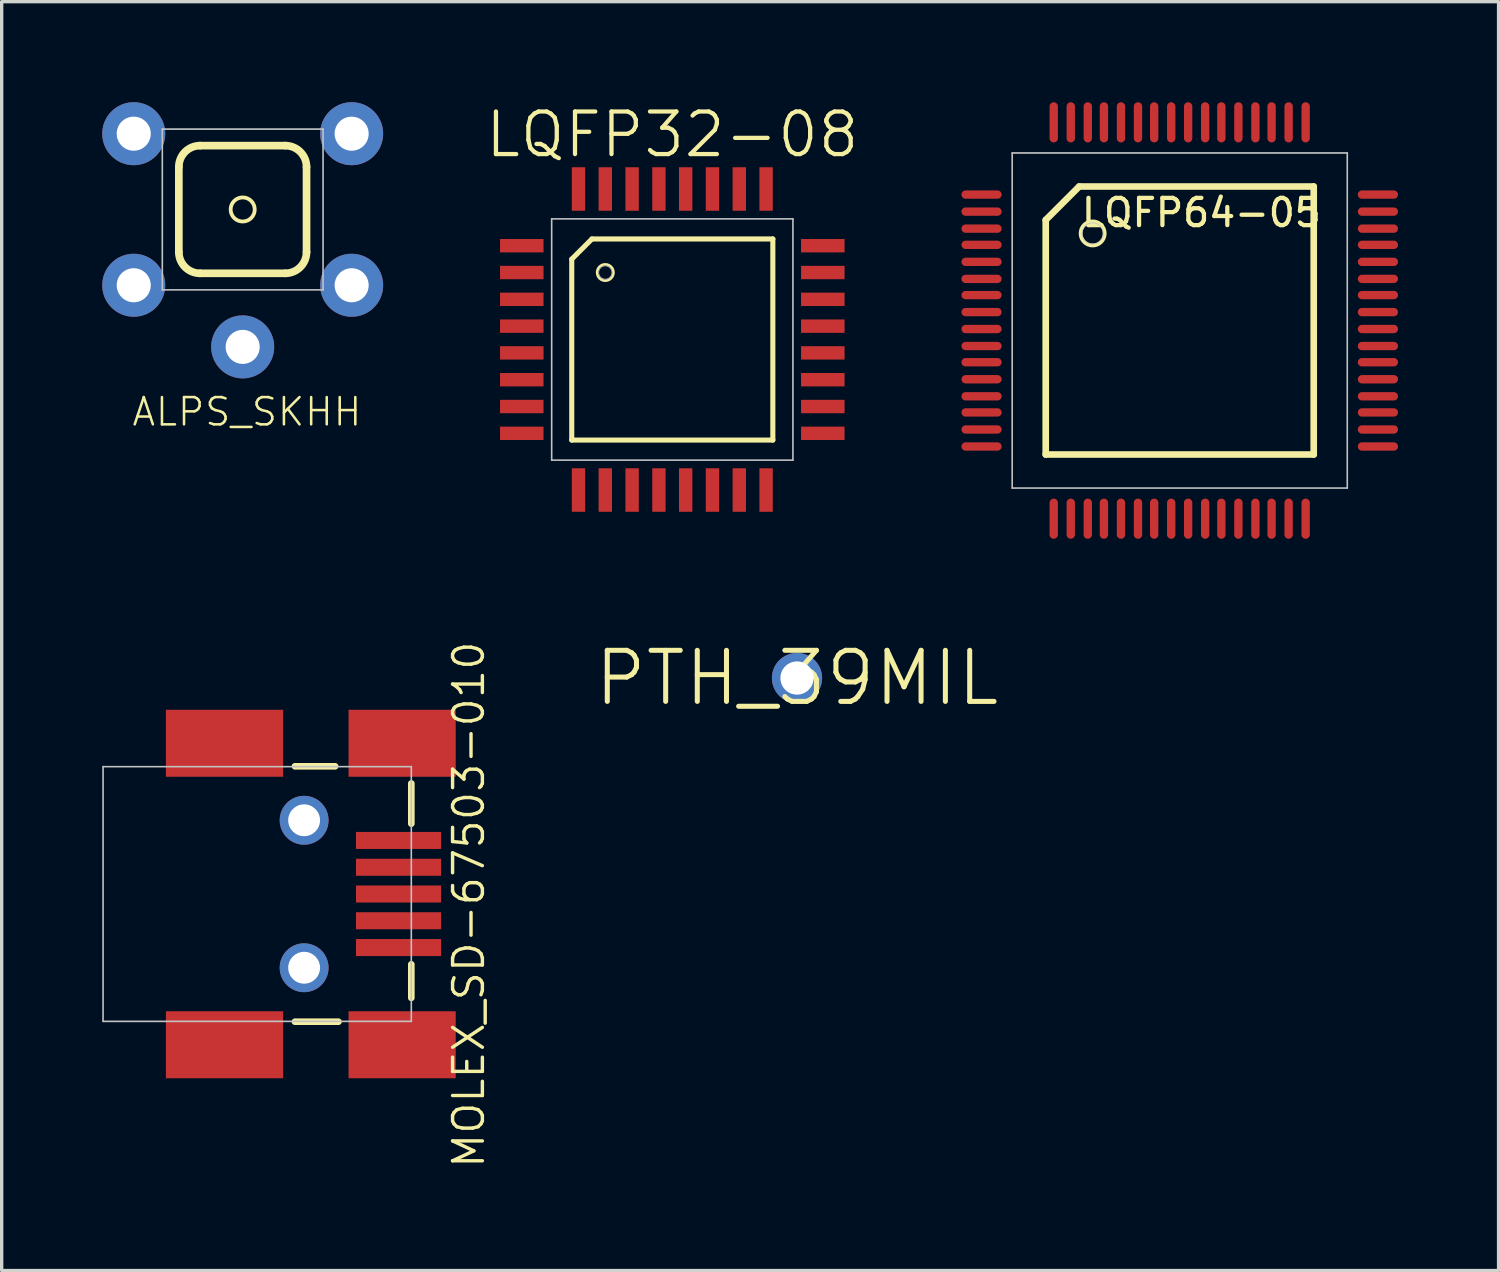
<source format=kicad_pcb>
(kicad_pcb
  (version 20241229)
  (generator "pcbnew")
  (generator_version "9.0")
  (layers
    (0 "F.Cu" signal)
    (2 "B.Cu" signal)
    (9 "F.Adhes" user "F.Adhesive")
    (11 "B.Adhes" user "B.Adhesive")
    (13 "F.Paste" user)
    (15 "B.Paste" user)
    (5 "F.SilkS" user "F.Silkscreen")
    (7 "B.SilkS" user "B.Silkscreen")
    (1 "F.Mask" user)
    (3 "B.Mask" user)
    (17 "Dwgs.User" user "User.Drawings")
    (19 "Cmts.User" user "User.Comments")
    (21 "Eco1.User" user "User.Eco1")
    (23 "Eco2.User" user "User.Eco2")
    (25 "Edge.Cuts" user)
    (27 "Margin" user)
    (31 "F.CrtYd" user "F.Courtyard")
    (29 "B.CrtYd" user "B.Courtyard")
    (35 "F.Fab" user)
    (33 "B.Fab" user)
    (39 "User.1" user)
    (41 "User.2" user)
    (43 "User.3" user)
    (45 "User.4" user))
  (footprint "LQFP32-08"
    (layer "F.Cu")
    (at 17.009 7.08)
    (property "Reference" "LQFP32-08" (at 0 -6.114 0) (layer "F.SilkS") (effects (font (size 1.27 1.27) (thickness 0.127))))
    (attr smd)
    (fp_line (start -3 3) (end -3 -2.398) (stroke (width 0.152) (type solid)) (layer "F.SilkS"))
    (fp_line (start -2.398 -3) (end -3 -2.398) (stroke (width 0.152) (type solid)) (layer "F.SilkS"))
    (fp_line (start -2.398 -3) (end 3 -3) (stroke (width 0.152) (type solid)) (layer "F.SilkS"))
    (fp_line (start 3 -3) (end 3 3) (stroke (width 0.152) (type solid)) (layer "F.SilkS"))
    (fp_line (start 3 3) (end -3 3) (stroke (width 0.152) (type solid)) (layer "F.SilkS"))
    (fp_circle (center -1.999 -1.999) (end -2.172 -2.172) (stroke (width 0.076) (type solid)) (fill no) (layer "F.SilkS"))
    (fp_line (start -3.599 -3.599) (end -3.599 3.599) (stroke (width 0.048) (type solid)) (layer "Dwgs.User"))
    (fp_line (start -3.599 3.599) (end 3.599 3.599) (stroke (width 0.048) (type solid)) (layer "Dwgs.User"))
    (fp_line (start 3.599 -3.599) (end -3.599 -3.599) (stroke (width 0.048) (type solid)) (layer "Dwgs.User"))
    (fp_line (start 3.599 3.599) (end 3.599 -3.599) (stroke (width 0.048) (type solid)) (layer "Dwgs.User"))
    (fp_circle (center -1.999 -1.999) (end -2.139 -2.139) (stroke (width 0.023) (type solid)) (fill no) (layer "Dwgs.User"))
    (pad "1" smd rect (at -4.491 -2.799 90) (size 0.399 1.298) (layers "F.Cu" "F.Mask" "F.Paste"))
    (pad "2" smd rect (at -4.491 -1.999 90) (size 0.399 1.298) (layers "F.Cu" "F.Mask" "F.Paste"))
    (pad "3" smd rect (at -4.491 -1.199 90) (size 0.399 1.298) (layers "F.Cu" "F.Mask" "F.Paste"))
    (pad "4" smd rect (at -4.491 -0.399 90) (size 0.399 1.298) (layers "F.Cu" "F.Mask" "F.Paste"))
    (pad "5" smd rect (at -4.491 0.399 90) (size 0.399 1.298) (layers "F.Cu" "F.Mask" "F.Paste"))
    (pad "6" smd rect (at -4.491 1.199 90) (size 0.399 1.298) (layers "F.Cu" "F.Mask" "F.Paste"))
    (pad "7" smd rect (at -4.491 1.999 90) (size 0.399 1.298) (layers "F.Cu" "F.Mask" "F.Paste"))
    (pad "8" smd rect (at -4.491 2.799 90) (size 0.399 1.298) (layers "F.Cu" "F.Mask" "F.Paste"))
    (pad "9" smd rect (at -2.799 4.491) (size 0.399 1.298) (layers "F.Cu" "F.Mask" "F.Paste"))
    (pad "10" smd rect (at -1.999 4.491) (size 0.399 1.298) (layers "F.Cu" "F.Mask" "F.Paste"))
    (pad "11" smd rect (at -1.199 4.491) (size 0.399 1.298) (layers "F.Cu" "F.Mask" "F.Paste"))
    (pad "12" smd rect (at -0.399 4.491) (size 0.399 1.298) (layers "F.Cu" "F.Mask" "F.Paste"))
    (pad "13" smd rect (at 0.399 4.491) (size 0.399 1.298) (layers "F.Cu" "F.Mask" "F.Paste"))
    (pad "14" smd rect (at 1.199 4.491) (size 0.399 1.298) (layers "F.Cu" "F.Mask" "F.Paste"))
    (pad "15" smd rect (at 1.999 4.491) (size 0.399 1.298) (layers "F.Cu" "F.Mask" "F.Paste"))
    (pad "16" smd rect (at 2.799 4.491) (size 0.399 1.298) (layers "F.Cu" "F.Mask" "F.Paste"))
    (pad "17" smd rect (at 4.491 2.799 90) (size 0.399 1.298) (layers "F.Cu" "F.Mask" "F.Paste"))
    (pad "18" smd rect (at 4.491 1.999 90) (size 0.399 1.298) (layers "F.Cu" "F.Mask" "F.Paste"))
    (pad "19" smd rect (at 4.491 1.199 90) (size 0.399 1.298) (layers "F.Cu" "F.Mask" "F.Paste"))
    (pad "20" smd rect (at 4.491 0.399 90) (size 0.399 1.298) (layers "F.Cu" "F.Mask" "F.Paste"))
    (pad "21" smd rect (at 4.491 -0.399 90) (size 0.399 1.298) (layers "F.Cu" "F.Mask" "F.Paste"))
    (pad "22" smd rect (at 4.491 -1.199 90) (size 0.399 1.298) (layers "F.Cu" "F.Mask" "F.Paste"))
    (pad "23" smd rect (at 4.491 -1.999 90) (size 0.399 1.298) (layers "F.Cu" "F.Mask" "F.Paste"))
    (pad "24" smd rect (at 4.491 -2.799 90) (size 0.399 1.298) (layers "F.Cu" "F.Mask" "F.Paste"))
    (pad "25" smd rect (at 2.799 -4.491) (size 0.399 1.298) (layers "F.Cu" "F.Mask" "F.Paste"))
    (pad "26" smd rect (at 1.999 -4.491) (size 0.399 1.298) (layers "F.Cu" "F.Mask" "F.Paste"))
    (pad "27" smd rect (at 1.199 -4.491) (size 0.399 1.298) (layers "F.Cu" "F.Mask" "F.Paste"))
    (pad "28" smd rect (at 0.399 -4.491) (size 0.399 1.298) (layers "F.Cu" "F.Mask" "F.Paste"))
    (pad "29" smd rect (at -0.399 -4.491) (size 0.399 1.298) (layers "F.Cu" "F.Mask" "F.Paste"))
    (pad "30" smd rect (at -1.199 -4.491) (size 0.399 1.298) (layers "F.Cu" "F.Mask" "F.Paste"))
    (pad "31" smd rect (at -1.999 -4.491) (size 0.399 1.298) (layers "F.Cu" "F.Mask" "F.Paste"))
    (pad "32" smd rect (at -2.799 -4.491) (size 0.399 1.298) (layers "F.Cu" "F.Mask" "F.Paste")))
  (footprint "LQFP64-05"
    (layer "F.Cu")
    (at 32.149 6.513)
    (property "Reference" "LQFP64-05" (at 0.645 -3.216 0) (layer "F.SilkS") (effects (font (size 0.813 0.813) (thickness 0.127))))
    (attr smd)
    (fp_line (start -3.998 -3) (end -3.998 3.998) (stroke (width 0.198) (type solid)) (layer "F.SilkS"))
    (fp_line (start -3.998 3.998) (end 3.998 3.998) (stroke (width 0.198) (type solid)) (layer "F.SilkS"))
    (fp_line (start -3 -3.998) (end -3.998 -3) (stroke (width 0.198) (type solid)) (layer "F.SilkS"))
    (fp_line (start 3.998 -3.998) (end -3 -3.998) (stroke (width 0.198) (type solid)) (layer "F.SilkS"))
    (fp_line (start 3.998 3.998) (end 3.998 -3.998) (stroke (width 0.198) (type solid)) (layer "F.SilkS"))
    (fp_circle (center -2.598 -2.598) (end -2.852 -2.852) (stroke (width 0.114) (type solid)) (fill no) (layer "F.SilkS"))
    (fp_line (start -4.999 -4.999) (end 4.999 -4.999) (stroke (width 0.048) (type solid)) (layer "Dwgs.User"))
    (fp_line (start -4.999 4.999) (end -4.999 -4.999) (stroke (width 0.048) (type solid)) (layer "Dwgs.User"))
    (fp_line (start 4.999 -4.999) (end 4.999 4.999) (stroke (width 0.048) (type solid)) (layer "Dwgs.User"))
    (fp_line (start 4.999 4.999) (end -4.999 4.999) (stroke (width 0.048) (type solid)) (layer "Dwgs.User"))
    (fp_circle (center -2.598 -2.598) (end -2.822 -2.822) (stroke (width 0.023) (type solid)) (fill no) (layer "Dwgs.User"))
    (pad "1" smd oval (at -5.913 -3.757 270) (size 0.249 1.199) (layers "F.Cu" "F.Mask" "F.Paste"))
    (pad "2" smd oval (at -5.913 -3.249 270) (size 0.249 1.199) (layers "F.Cu" "F.Mask" "F.Paste"))
    (pad "3" smd oval (at -5.913 -2.741 270) (size 0.249 1.199) (layers "F.Cu" "F.Mask" "F.Paste"))
    (pad "4" smd oval (at -5.913 -2.258 270) (size 0.249 1.199) (layers "F.Cu" "F.Mask" "F.Paste"))
    (pad "5" smd oval (at -5.913 -1.75 270) (size 0.249 1.199) (layers "F.Cu" "F.Mask" "F.Paste"))
    (pad "6" smd oval (at -5.913 -1.242 270) (size 0.249 1.199) (layers "F.Cu" "F.Mask" "F.Paste"))
    (pad "7" smd oval (at -5.913 -0.759 270) (size 0.249 1.199) (layers "F.Cu" "F.Mask" "F.Paste"))
    (pad "8" smd oval (at -5.913 -0.251 270) (size 0.249 1.199) (layers "F.Cu" "F.Mask" "F.Paste"))
    (pad "9" smd oval (at -5.913 0.254 270) (size 0.249 1.199) (layers "F.Cu" "F.Mask" "F.Paste"))
    (pad "10" smd oval (at -5.913 0.762 270) (size 0.249 1.199) (layers "F.Cu" "F.Mask" "F.Paste"))
    (pad "11" smd oval (at -5.913 1.245 270) (size 0.249 1.199) (layers "F.Cu" "F.Mask" "F.Paste"))
    (pad "12" smd oval (at -5.913 1.753 270) (size 0.249 1.199) (layers "F.Cu" "F.Mask" "F.Paste"))
    (pad "13" smd oval (at -5.913 2.261 270) (size 0.249 1.199) (layers "F.Cu" "F.Mask" "F.Paste"))
    (pad "14" smd oval (at -5.913 2.743 270) (size 0.249 1.199) (layers "F.Cu" "F.Mask" "F.Paste"))
    (pad "15" smd oval (at -5.913 3.251 270) (size 0.249 1.199) (layers "F.Cu" "F.Mask" "F.Paste"))
    (pad "16" smd oval (at -5.913 3.759 270) (size 0.249 1.199) (layers "F.Cu" "F.Mask" "F.Paste"))
    (pad "17" smd oval (at -3.759 5.913 180) (size 0.249 1.199) (layers "F.Cu" "F.Mask" "F.Paste"))
    (pad "18" smd oval (at -3.251 5.913 180) (size 0.249 1.199) (layers "F.Cu" "F.Mask" "F.Paste"))
    (pad "19" smd oval (at -2.743 5.913 180) (size 0.249 1.199) (layers "F.Cu" "F.Mask" "F.Paste"))
    (pad "20" smd oval (at -2.261 5.913 180) (size 0.249 1.199) (layers "F.Cu" "F.Mask" "F.Paste"))
    (pad "21" smd oval (at -1.753 5.913 180) (size 0.249 1.199) (layers "F.Cu" "F.Mask" "F.Paste"))
    (pad "22" smd oval (at -1.245 5.913 180) (size 0.249 1.199) (layers "F.Cu" "F.Mask" "F.Paste"))
    (pad "23" smd oval (at -0.762 5.913 180) (size 0.249 1.199) (layers "F.Cu" "F.Mask" "F.Paste"))
    (pad "24" smd oval (at -0.254 5.913 180) (size 0.249 1.199) (layers "F.Cu" "F.Mask" "F.Paste"))
    (pad "25" smd oval (at 0.251 5.913 180) (size 0.249 1.199) (layers "F.Cu" "F.Mask" "F.Paste"))
    (pad "26" smd oval (at 0.759 5.913 180) (size 0.249 1.199) (layers "F.Cu" "F.Mask" "F.Paste"))
    (pad "27" smd oval (at 1.242 5.913 180) (size 0.249 1.199) (layers "F.Cu" "F.Mask" "F.Paste"))
    (pad "28" smd oval (at 1.75 5.913 180) (size 0.249 1.199) (layers "F.Cu" "F.Mask" "F.Paste"))
    (pad "29" smd oval (at 2.258 5.913 180) (size 0.249 1.199) (layers "F.Cu" "F.Mask" "F.Paste"))
    (pad "30" smd oval (at 2.741 5.913 180) (size 0.249 1.199) (layers "F.Cu" "F.Mask" "F.Paste"))
    (pad "31" smd oval (at 3.249 5.913 180) (size 0.249 1.199) (layers "F.Cu" "F.Mask" "F.Paste"))
    (pad "32" smd oval (at 3.757 5.913 180) (size 0.249 1.199) (layers "F.Cu" "F.Mask" "F.Paste"))
    (pad "33" smd oval (at 5.913 3.759 270) (size 0.249 1.199) (layers "F.Cu" "F.Mask" "F.Paste"))
    (pad "34" smd oval (at 5.913 3.251 270) (size 0.249 1.199) (layers "F.Cu" "F.Mask" "F.Paste"))
    (pad "35" smd oval (at 5.913 2.743 270) (size 0.249 1.199) (layers "F.Cu" "F.Mask" "F.Paste"))
    (pad "36" smd oval (at 5.913 2.261 270) (size 0.249 1.199) (layers "F.Cu" "F.Mask" "F.Paste"))
    (pad "37" smd oval (at 5.913 1.753 270) (size 0.249 1.199) (layers "F.Cu" "F.Mask" "F.Paste"))
    (pad "38" smd oval (at 5.913 1.245 270) (size 0.249 1.199) (layers "F.Cu" "F.Mask" "F.Paste"))
    (pad "39" smd oval (at 5.913 0.762 270) (size 0.249 1.199) (layers "F.Cu" "F.Mask" "F.Paste"))
    (pad "40" smd oval (at 5.913 0.254 270) (size 0.249 1.199) (layers "F.Cu" "F.Mask" "F.Paste"))
    (pad "41" smd oval (at 5.913 -0.251 270) (size 0.249 1.199) (layers "F.Cu" "F.Mask" "F.Paste"))
    (pad "42" smd oval (at 5.913 -0.759 270) (size 0.249 1.199) (layers "F.Cu" "F.Mask" "F.Paste"))
    (pad "43" smd oval (at 5.913 -1.242 270) (size 0.249 1.199) (layers "F.Cu" "F.Mask" "F.Paste"))
    (pad "44" smd oval (at 5.913 -1.75 270) (size 0.249 1.199) (layers "F.Cu" "F.Mask" "F.Paste"))
    (pad "45" smd oval (at 5.913 -2.258 270) (size 0.249 1.199) (layers "F.Cu" "F.Mask" "F.Paste"))
    (pad "46" smd oval (at 5.913 -2.741 270) (size 0.249 1.199) (layers "F.Cu" "F.Mask" "F.Paste"))
    (pad "47" smd oval (at 5.913 -3.249 270) (size 0.249 1.199) (layers "F.Cu" "F.Mask" "F.Paste"))
    (pad "48" smd oval (at 5.913 -3.757 270) (size 0.249 1.199) (layers "F.Cu" "F.Mask" "F.Paste"))
    (pad "49" smd oval (at 3.757 -5.913 180) (size 0.249 1.199) (layers "F.Cu" "F.Mask" "F.Paste"))
    (pad "50" smd oval (at 3.249 -5.913 180) (size 0.249 1.199) (layers "F.Cu" "F.Mask" "F.Paste"))
    (pad "51" smd oval (at 2.741 -5.913 180) (size 0.249 1.199) (layers "F.Cu" "F.Mask" "F.Paste"))
    (pad "52" smd oval (at 2.258 -5.913 180) (size 0.249 1.199) (layers "F.Cu" "F.Mask" "F.Paste"))
    (pad "53" smd oval (at 1.75 -5.913 180) (size 0.249 1.199) (layers "F.Cu" "F.Mask" "F.Paste"))
    (pad "54" smd oval (at 1.242 -5.913 180) (size 0.249 1.199) (layers "F.Cu" "F.Mask" "F.Paste"))
    (pad "55" smd oval (at 0.759 -5.913 180) (size 0.249 1.199) (layers "F.Cu" "F.Mask" "F.Paste"))
    (pad "56" smd oval (at 0.251 -5.913 180) (size 0.249 1.199) (layers "F.Cu" "F.Mask" "F.Paste"))
    (pad "57" smd oval (at -0.254 -5.913 180) (size 0.249 1.199) (layers "F.Cu" "F.Mask" "F.Paste"))
    (pad "58" smd oval (at -0.762 -5.913 180) (size 0.249 1.199) (layers "F.Cu" "F.Mask" "F.Paste"))
    (pad "59" smd oval (at -1.245 -5.913 180) (size 0.249 1.199) (layers "F.Cu" "F.Mask" "F.Paste"))
    (pad "60" smd oval (at -1.753 -5.913 180) (size 0.249 1.199) (layers "F.Cu" "F.Mask" "F.Paste"))
    (pad "61" smd oval (at -2.261 -5.913 180) (size 0.249 1.199) (layers "F.Cu" "F.Mask" "F.Paste"))
    (pad "62" smd oval (at -2.743 -5.913 180) (size 0.249 1.199) (layers "F.Cu" "F.Mask" "F.Paste"))
    (pad "63" smd oval (at -3.251 -5.913 180) (size 0.249 1.199) (layers "F.Cu" "F.Mask" "F.Paste"))
    (pad "64" smd oval (at -3.759 -5.913 180) (size 0.249 1.199) (layers "F.Cu" "F.Mask" "F.Paste")))
  (footprint "PTH_39MIL"
    (layer "F.Cu")
    (at 20.73 17.18)
    (property "Reference" "PTH_39MIL" (at 0 0 0) (layer "F.SilkS") (effects (font (size 1.524 1.524) (thickness 0.15))))
    (attr exclude_from_pos_files exclude_from_bom)
    (fp_circle (center 0 0) (end -0.224 0.224) (stroke (width 0.023) (type solid)) (fill no) (layer "Dwgs.User"))
    (pad "1" thru_hole circle (at 0 0) (size 1.499 1.499) (drill 0.991) (layers "*.Cu" "*.Paste" "*.Mask")))
  (footprint "ALPS_SKHH"
    (layer "F.Cu")
    (at 4.191 3.2)
    (property "Reference" "ALPS_SKHH" (at 0.127 6.038 0) (layer "F.SilkS") (effects (font (size 0.813 0.813) (thickness 0.076))))
    (attr exclude_from_pos_files exclude_from_bom)
    (fp_line (start -1.905 -1.27) (end -1.905 1.27) (stroke (width 0.229) (type solid)) (layer "F.SilkS"))
    (fp_line (start -1.27 1.905) (end 1.27 1.905) (stroke (width 0.229) (type solid)) (layer "F.SilkS"))
    (fp_line (start 1.27 -1.905) (end -1.27 -1.905) (stroke (width 0.229) (type solid)) (layer "F.SilkS"))
    (fp_line (start 1.905 1.27) (end 1.905 -1.27) (stroke (width 0.229) (type solid)) (layer "F.SilkS"))
    (fp_arc (start -1.905 -1.27) (mid -1.719013 -1.719013) (end -1.27 -1.905) (stroke (width 0.2286) (type solid)) (layer "F.SilkS"))
    (fp_arc (start -1.27 1.905) (mid -1.719013 1.719013) (end -1.905 1.27) (stroke (width 0.2286) (type solid)) (layer "F.SilkS"))
    (fp_arc (start 1.27 -1.905) (mid 1.719013 -1.719013) (end 1.905 -1.27) (stroke (width 0.2286) (type solid)) (layer "F.SilkS"))
    (fp_arc (start 1.905 1.27) (mid 1.719013 1.719013) (end 1.27 1.905) (stroke (width 0.2286) (type solid)) (layer "F.SilkS"))
    (fp_circle (center 0 0) (end -0.254 0.254) (stroke (width 0.114) (type solid)) (fill no) (layer "F.SilkS"))
    (fp_line (start -2.398 -2.398) (end -2.398 2.398) (stroke (width 0.048) (type solid)) (layer "Dwgs.User"))
    (fp_line (start -2.398 2.398) (end 2.398 2.398) (stroke (width 0.048) (type solid)) (layer "Dwgs.User"))
    (fp_line (start 2.398 -2.398) (end -2.398 -2.398) (stroke (width 0.048) (type solid)) (layer "Dwgs.User"))
    (fp_line (start 2.398 2.398) (end 2.398 -2.398) (stroke (width 0.048) (type solid)) (layer "Dwgs.User"))
    (pad "1" thru_hole circle (at -3.251 -2.261) (size 1.88 1.88) (drill 1.016) (layers "*.Cu" "*.Paste" "*.Mask"))
    (pad "2" thru_hole circle (at 3.251 -2.261) (size 1.88 1.88) (drill 1.016) (layers "*.Cu" "*.Paste" "*.Mask"))
    (pad "3" thru_hole circle (at -3.251 2.261) (size 1.88 1.88) (drill 1.016) (layers "*.Cu" "*.Paste" "*.Mask"))
    (pad "4" thru_hole circle (at 3.251 2.261) (size 1.88 1.88) (drill 1.016) (layers "*.Cu" "*.Paste" "*.Mask"))
    (pad "5" thru_hole circle (at 0 4.1) (size 1.88 1.88) (drill 1.016) (layers "*.Cu" "*.Paste" "*.Mask")))
  (footprint "MOLEX_SD-67503-010"
    (layer "F.Cu")
    (at 6.024 23.624)
    (property "Reference" "MOLEX_SD-67503-010" (at 4.912 0.318 270) (layer "F.SilkS") (effects (font (size 0.889 0.889) (thickness 0.102))))
    (attr smd)
    (fp_line (start -0.274 -3.81) (end 0.925 -3.81) (stroke (width 0.198) (type solid)) (layer "F.SilkS"))
    (fp_line (start 1.024 3.81) (end -0.274 3.81) (stroke (width 0.198) (type solid)) (layer "F.SilkS"))
    (fp_line (start 3.198 -3.299) (end 3.198 -2.098) (stroke (width 0.198) (type solid)) (layer "F.SilkS"))
    (fp_line (start 3.198 2.098) (end 3.198 3.099) (stroke (width 0.198) (type solid)) (layer "F.SilkS"))
    (fp_line (start -5.999 -3.8) (end -5.999 3.8) (stroke (width 0.048) (type solid)) (layer "Dwgs.User"))
    (fp_line (start -5.999 3.8) (end 3.198 3.8) (stroke (width 0.048) (type solid)) (layer "Dwgs.User"))
    (fp_line (start 3.198 -3.8) (end -5.999 -3.8) (stroke (width 0.048) (type solid)) (layer "Dwgs.User"))
    (fp_line (start 3.198 3.8) (end 3.198 -3.8) (stroke (width 0.048) (type solid)) (layer "Dwgs.User"))
    (pad "1" smd rect (at 2.817 -1.598) (size 2.54 0.508) (layers "F.Cu" "F.Mask" "F.Paste"))
    (pad "2" smd rect (at 2.817 -0.798) (size 2.54 0.508) (layers "F.Cu" "F.Mask" "F.Paste"))
    (pad "3" smd rect (at 2.817 0) (size 2.54 0.508) (layers "F.Cu" "F.Mask" "F.Paste"))
    (pad "4" smd rect (at 2.817 0.798) (size 2.54 0.508) (layers "F.Cu" "F.Mask" "F.Paste"))
    (pad "5" smd rect (at 2.817 1.598) (size 2.54 0.508) (layers "F.Cu" "F.Mask" "F.Paste"))
    (pad "P$1" smd rect (at -2.375 4.498) (size 3.498 1.999) (layers "F.Cu" "F.Mask" "F.Paste"))
    (pad "P$2" smd rect (at -2.375 -4.498) (size 3.498 1.999) (layers "F.Cu" "F.Mask" "F.Paste"))
    (pad "P$3" smd rect (at 2.924 4.498) (size 3.198 1.999) (layers "F.Cu" "F.Mask" "F.Paste"))
    (pad "P$4" smd rect (at 2.924 -4.498) (size 3.198 1.999) (layers "F.Cu" "F.Mask" "F.Paste"))
    (pad "P$5" thru_hole circle (at 0 -2.2) (size 1.458 1.458) (drill 0.95) (layers "*.Cu" "*.Paste" "*.Mask"))
    (pad "P$6" thru_hole circle (at 0 2.2) (size 1.458 1.458) (drill 0.95) (layers "*.Cu" "*.Paste" "*.Mask")))
  (gr_rect
    (start -3 -3)
    (end 41.662 34.858)
    (stroke (width 0.1) (type default))
    (fill no)
    (layer "Edge.Cuts")))
</source>
